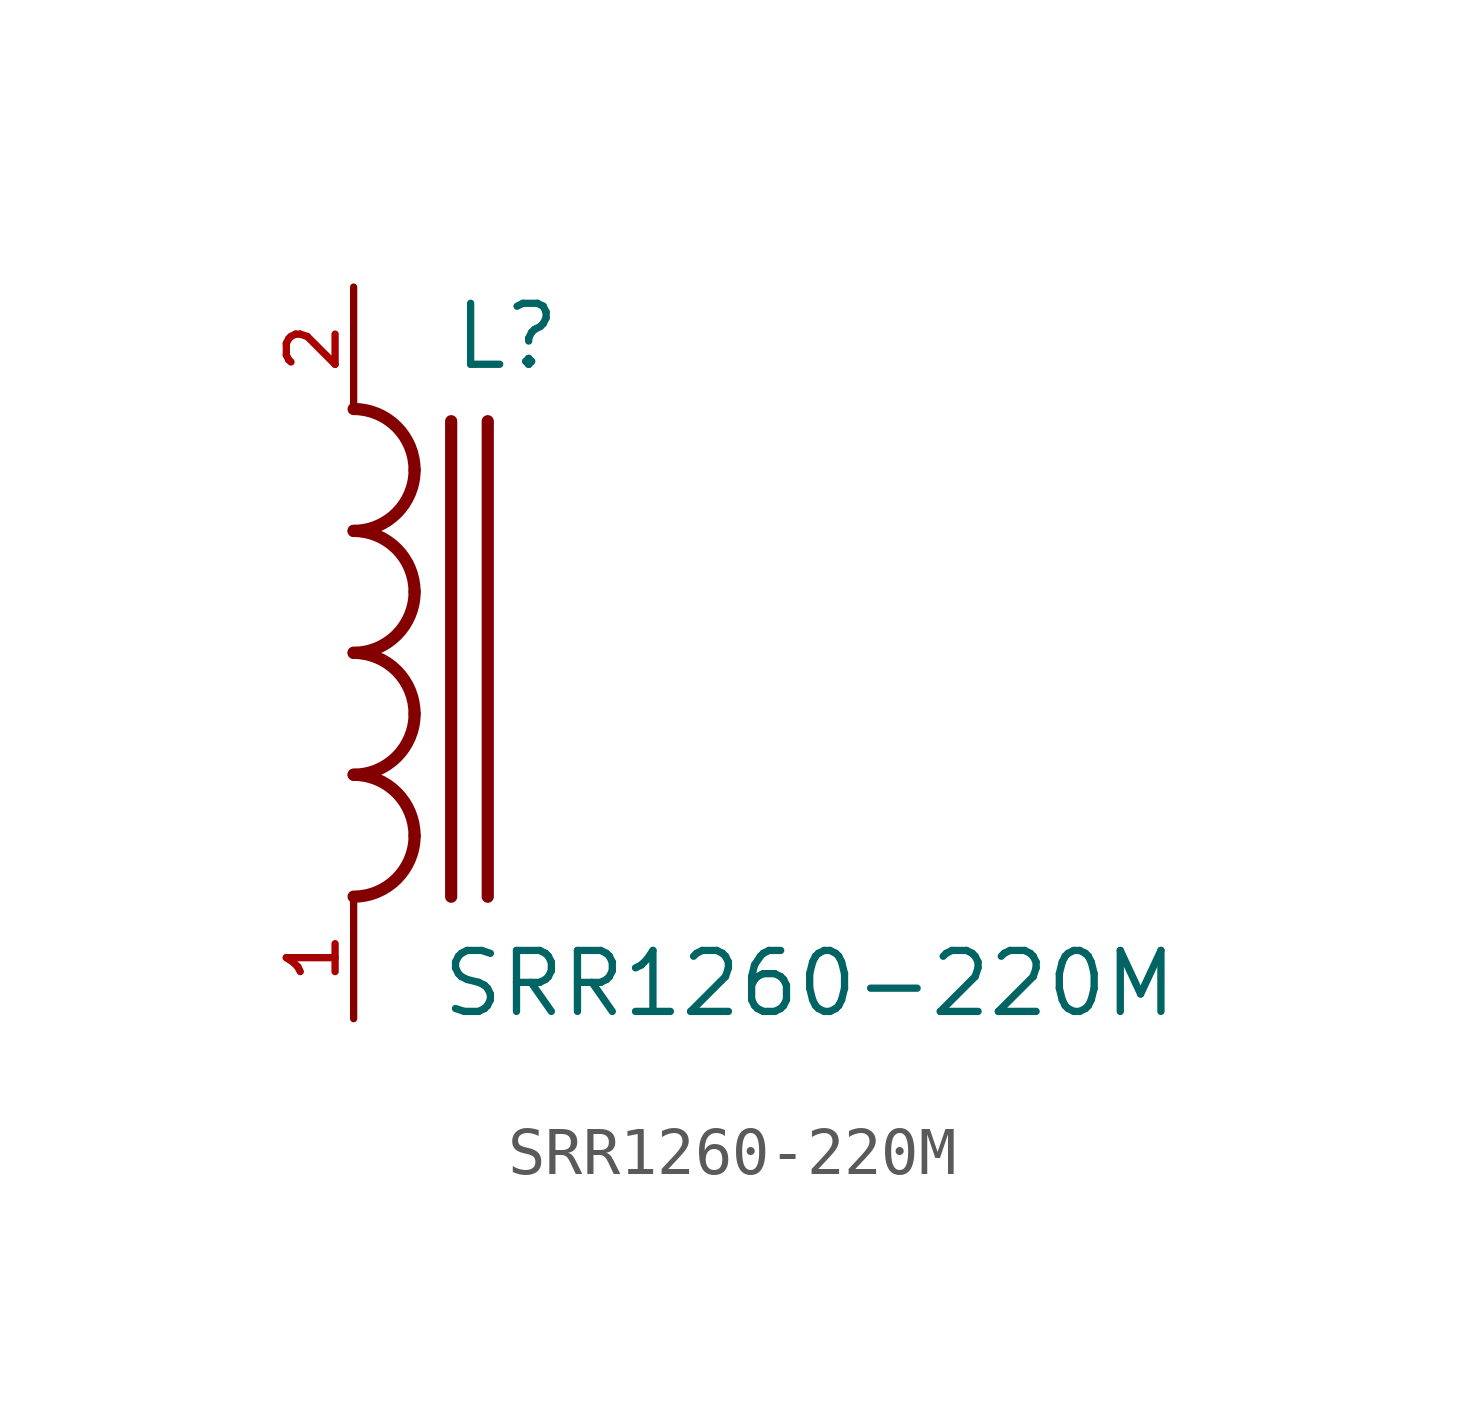
<source format=kicad_sym>
(kicad_symbol_lib
  (version 20211014)
  (generator kicad_symbol_editor)
  (symbol "SRR1260-220M"
    (pin_names
      (offset 1.016))
    (property "Reference" "L"
      (at 2.035 5.849 0)
      (effects (font (size 1.27 1.27)) (justify bottom left)))
    (property "Value" "SRR1260-220M"
      (at 1.781 -7.633 0)
      (effects (font (size 1.27 1.27)) (justify bottom left)))
    (symbol "SRR1260-220M_0_0"
      (arc (start 1.27 3.81) (mid 0.898 4.708) (end 0.0 5.08) (stroke (width 0.254) (type default) (color 0 0 0 0)) (fill (type none)))
      (arc (start 1.27 3.81) (mid 0.898 2.912) (end 0.0 2.54) (stroke (width 0.254) (type default) (color 0 0 0 0)) (fill (type none)))
      (arc (start 1.27 1.27) (mid 0.898 2.168) (end 0.0 2.54) (stroke (width 0.254) (type default) (color 0 0 0 0)) (fill (type none)))
      (arc (start 1.27 1.27) (mid 0.898 0.372) (end 0.0 0.0) (stroke (width 0.254) (type default) (color 0 0 0 0)) (fill (type none)))
      (arc (start 1.27 -1.27) (mid 0.898 -0.372) (end 0.0 0.0) (stroke (width 0.254) (type default) (color 0 0 0 0)) (fill (type none)))
      (arc (start 1.27 -1.27) (mid 0.898 -2.168) (end 0.0 -2.54) (stroke (width 0.254) (type default) (color 0 0 0 0)) (fill (type none)))
      (arc (start 1.27 -3.81) (mid 0.898 -2.912) (end 0.0 -2.54) (stroke (width 0.254) (type default) (color 0 0 0 0)) (fill (type none)))
      (arc (start 1.27 -3.81) (mid 0.898 -4.708) (end 0.0 -5.08) (stroke (width 0.254) (type default) (color 0 0 0 0)) (fill (type none)))
      (polyline (pts (xy 2.032 4.826) (xy 2.032 -5.08)) (stroke (width 0.254)))
      (polyline (pts (xy 2.794 4.826) (xy 2.794 -5.08)) (stroke (width 0.254)))
      (pin passive line (at 0.0 7.62 270.0) (length 2.54) (name "~" (effects (font (size 1.016 1.016)))) (number "2" (effects (font (size 1.016 1.016)))))
      (pin passive line (at 0.0 -7.62 90.0) (length 2.54) (name "~" (effects (font (size 1.016 1.016)))) (number "1" (effects (font (size 1.016 1.016))))))))
</source>
